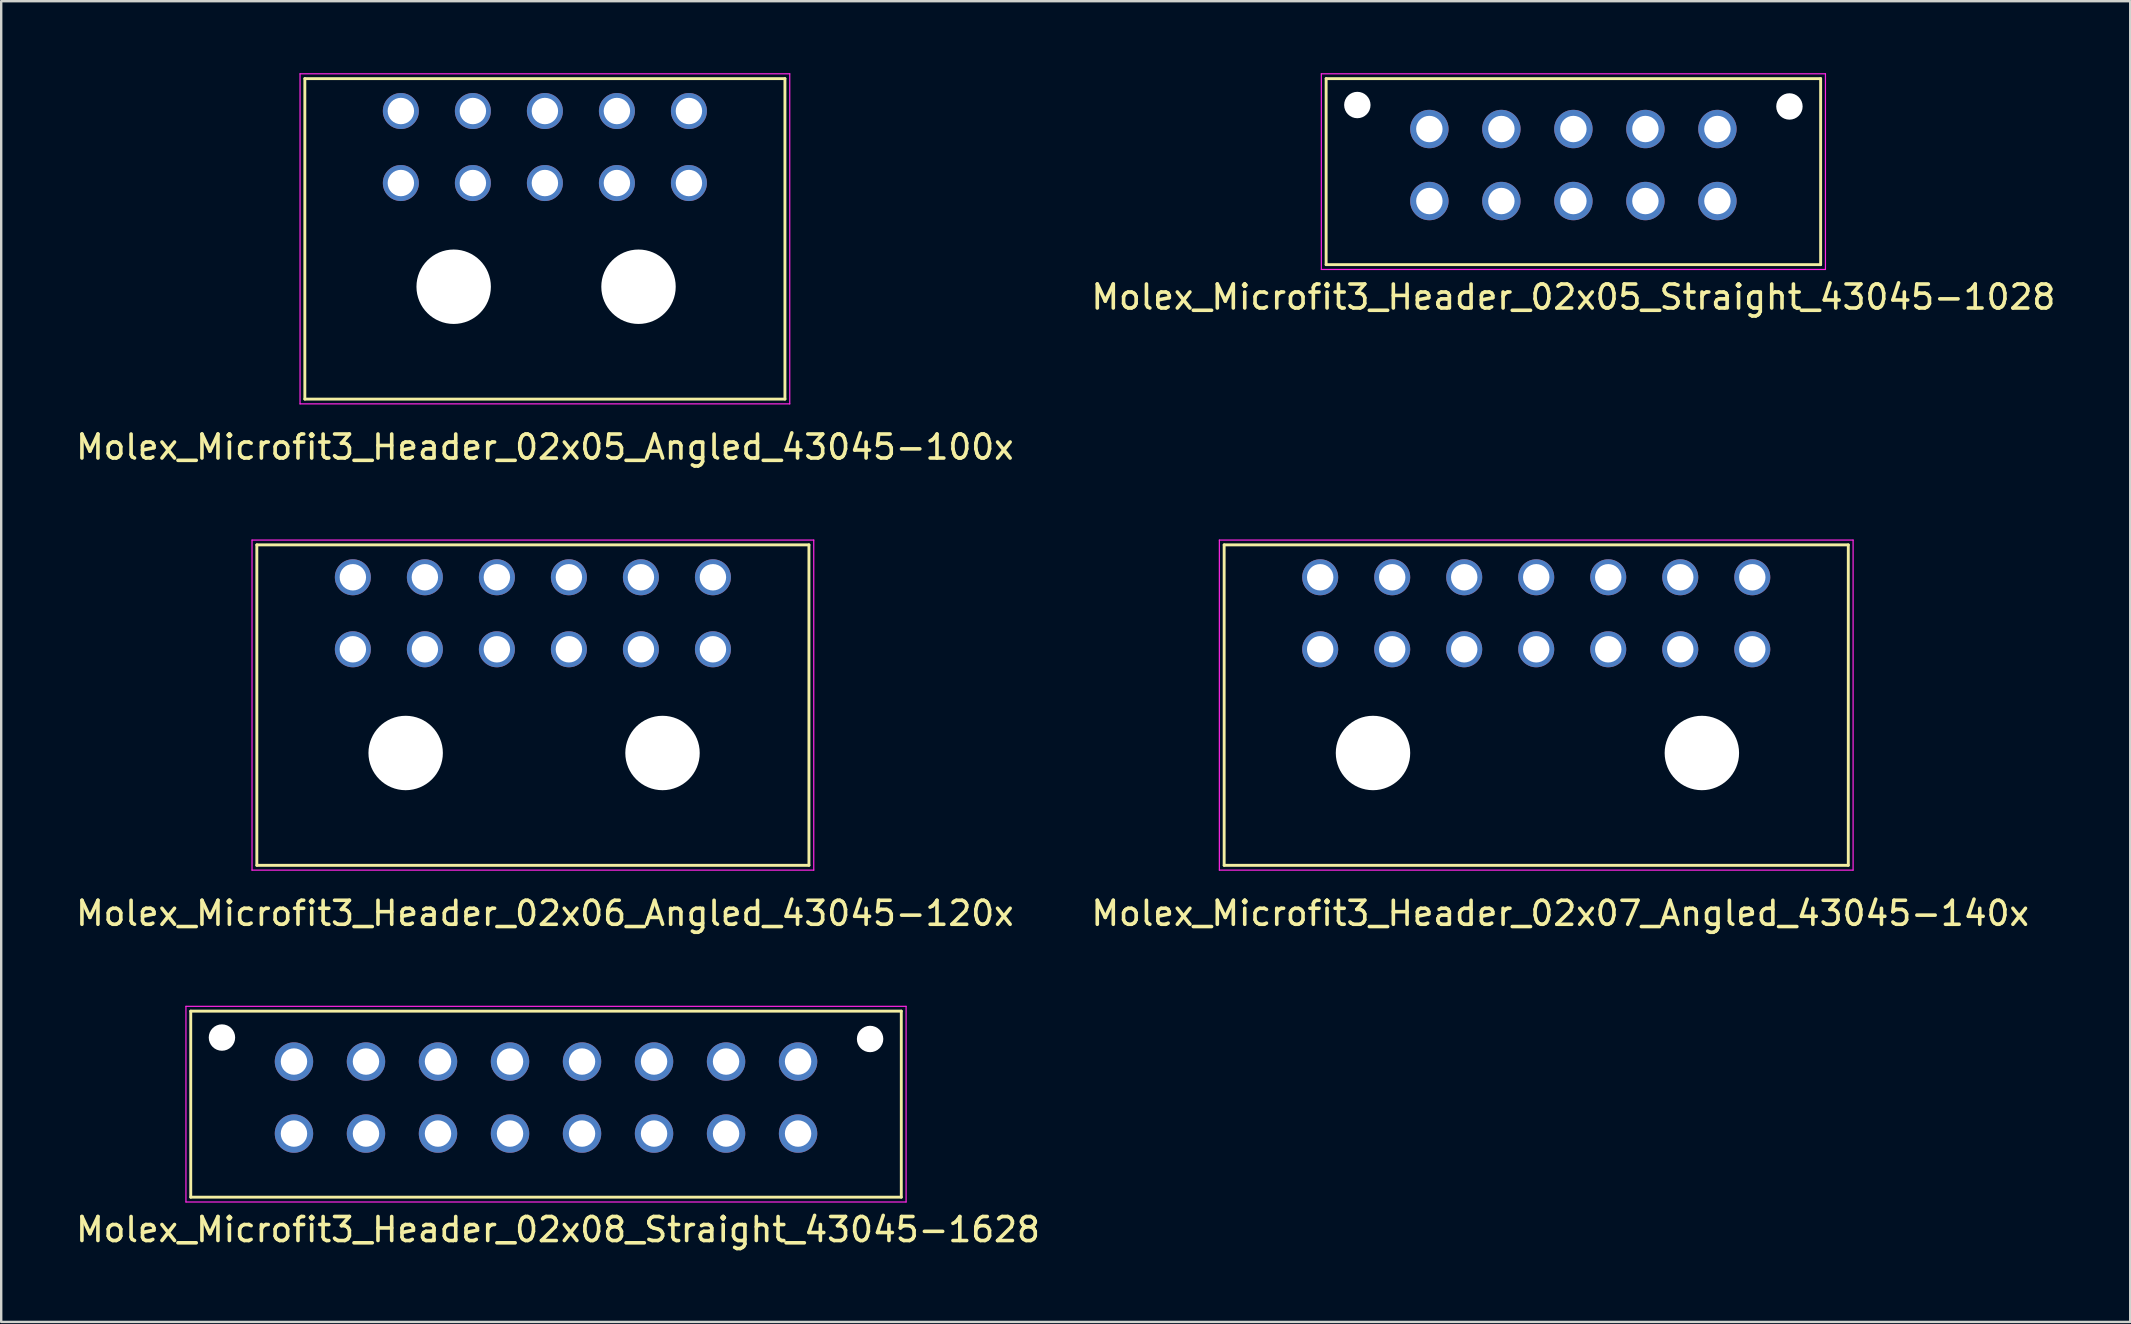
<source format=kicad_pcb>
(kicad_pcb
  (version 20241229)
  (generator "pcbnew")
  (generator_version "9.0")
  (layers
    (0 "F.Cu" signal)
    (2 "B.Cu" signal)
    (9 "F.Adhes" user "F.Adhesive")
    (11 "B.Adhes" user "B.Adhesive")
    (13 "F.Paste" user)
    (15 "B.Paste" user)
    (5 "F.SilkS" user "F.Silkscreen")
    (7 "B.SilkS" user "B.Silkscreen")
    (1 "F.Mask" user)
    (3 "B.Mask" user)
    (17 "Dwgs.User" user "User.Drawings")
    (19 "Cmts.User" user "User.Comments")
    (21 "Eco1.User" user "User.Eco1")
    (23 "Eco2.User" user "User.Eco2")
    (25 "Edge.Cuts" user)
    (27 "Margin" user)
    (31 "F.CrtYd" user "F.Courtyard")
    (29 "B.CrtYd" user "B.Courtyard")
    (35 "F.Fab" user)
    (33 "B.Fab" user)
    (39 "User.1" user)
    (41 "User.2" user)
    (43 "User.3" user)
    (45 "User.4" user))
  (footprint "Molex_Microfit3_Header_02x08_Straight_43045-1628"
    (layer "F.Cu")
    (at 30.196 44.172)
    (property "Reference" "Molex_Microfit3_Header_02x08_Straight_43045-1628" (at -10 4 0) (layer "F.SilkS") (effects (font (size 1 1) (thickness 0.15))))
    (attr through_hole)
    (fp_line (start -25.3 2.65) (end -25.3 -5.1) (stroke (width 0.12) (type solid)) (layer "F.SilkS"))
    (fp_line (start 4.3 -5.1) (end -25.3 -5.1) (stroke (width 0.12) (type solid)) (layer "F.SilkS"))
    (fp_line (start 4.3 2.65) (end -25.3 2.65) (stroke (width 0.12) (type solid)) (layer "F.SilkS"))
    (fp_line (start 4.3 2.65) (end 4.3 -5.1) (stroke (width 0.12) (type solid)) (layer "F.SilkS"))
    (fp_line (start -25.5 2.85) (end -25.5 -5.3) (stroke (width 0.05) (type solid)) (layer "F.CrtYd"))
    (fp_line (start 4.5 -5.3) (end -25.5 -5.3) (stroke (width 0.05) (type solid)) (layer "F.CrtYd"))
    (fp_line (start 4.5 2.85) (end -25.5 2.85) (stroke (width 0.05) (type solid)) (layer "F.CrtYd"))
    (fp_line (start 4.5 2.85) (end 4.5 -5.3) (stroke (width 0.05) (type solid)) (layer "F.CrtYd"))
    (pad "" np_thru_hole circle (at -24 -4) (size 1.1 1.1) (drill 1.1) (layers "*.Cu" "*.Mask"))
    (pad "" np_thru_hole circle (at 3 -3.94) (size 1.1 1.1) (drill 1.1) (layers "*.Cu" "*.Mask"))
    (pad "1" thru_hole circle (at 0 0) (size 1.6 1.6) (drill 1.1) (layers "*.Cu" "*.Mask"))
    (pad "2" thru_hole circle (at -3 0) (size 1.6 1.6) (drill 1.1) (layers "*.Cu" "*.Mask"))
    (pad "3" thru_hole circle (at -6 0) (size 1.6 1.6) (drill 1.1) (layers "*.Cu" "*.Mask"))
    (pad "4" thru_hole circle (at -9 0) (size 1.6 1.6) (drill 1.1) (layers "*.Cu" "*.Mask"))
    (pad "5" thru_hole circle (at -12 0) (size 1.6 1.6) (drill 1.1) (layers "*.Cu" "*.Mask"))
    (pad "6" thru_hole circle (at -15 0) (size 1.6 1.6) (drill 1.1) (layers "*.Cu" "*.Mask"))
    (pad "7" thru_hole circle (at -18 0) (size 1.6 1.6) (drill 1.1) (layers "*.Cu" "*.Mask"))
    (pad "8" thru_hole circle (at -21 0) (size 1.6 1.6) (drill 1.1) (layers "*.Cu" "*.Mask"))
    (pad "9" thru_hole circle (at 0 -3) (size 1.6 1.6) (drill 1.1) (layers "*.Cu" "*.Mask"))
    (pad "10" thru_hole circle (at -3 -3) (size 1.6 1.6) (drill 1.1) (layers "*.Cu" "*.Mask"))
    (pad "11" thru_hole circle (at -6 -3) (size 1.6 1.6) (drill 1.1) (layers "*.Cu" "*.Mask"))
    (pad "12" thru_hole circle (at -9 -3) (size 1.6 1.6) (drill 1.1) (layers "*.Cu" "*.Mask"))
    (pad "13" thru_hole circle (at -12 -3) (size 1.6 1.6) (drill 1.1) (layers "*.Cu" "*.Mask"))
    (pad "14" thru_hole circle (at -15 -3) (size 1.6 1.6) (drill 1.1) (layers "*.Cu" "*.Mask"))
    (pad "15" thru_hole circle (at -18 -3) (size 1.6 1.6) (drill 1.1) (layers "*.Cu" "*.Mask"))
    (pad "16" thru_hole circle (at -21 -3) (size 1.6 1.6) (drill 1.1) (layers "*.Cu" "*.Mask")))
  (footprint "Molex_Microfit3_Header_02x05_Angled_43045-100x"
    (layer "F.Cu")
    (at 25.649 4.575)
    (property "Reference" "Molex_Microfit3_Header_02x05_Angled_43045-100x" (at -6 11 0) (layer "F.SilkS") (effects (font (size 1 1) (thickness 0.15))))
    (attr through_hole)
    (fp_line (start -16 -4.35) (end 4 -4.35) (stroke (width 0.12) (type solid)) (layer "F.SilkS"))
    (fp_line (start -16 9) (end -16 -4.35) (stroke (width 0.12) (type solid)) (layer "F.SilkS"))
    (fp_line (start 4 -4.35) (end 4 9) (stroke (width 0.12) (type solid)) (layer "F.SilkS"))
    (fp_line (start 4 9) (end -16 9) (stroke (width 0.12) (type solid)) (layer "F.SilkS"))
    (fp_line (start -16.2 -4.55) (end -16.2 9.2) (stroke (width 0.05) (type solid)) (layer "F.CrtYd"))
    (fp_line (start -16.2 9.2) (end 4.2 9.2) (stroke (width 0.05) (type solid)) (layer "F.CrtYd"))
    (fp_line (start 4.2 -4.55) (end -16.2 -4.55) (stroke (width 0.05) (type solid)) (layer "F.CrtYd"))
    (fp_line (start 4.2 9.2) (end 4.2 -4.55) (stroke (width 0.05) (type solid)) (layer "F.CrtYd"))
    (pad "" np_thru_hole circle (at -9.8 4.32) (size 3.1 3.1) (drill 3.1) (layers "*.Cu" "*.Mask"))
    (pad "" np_thru_hole circle (at -2.1 4.32) (size 3.1 3.1) (drill 3.1) (layers "*.Cu" "*.Mask"))
    (pad "1" thru_hole circle (at 0 0) (size 1.5 1.5) (drill 1.1) (layers "*.Cu" "*.Mask"))
    (pad "2" thru_hole circle (at -3 0) (size 1.5 1.5) (drill 1.1) (layers "*.Cu" "*.Mask"))
    (pad "3" thru_hole circle (at -6 0) (size 1.5 1.5) (drill 1.1) (layers "*.Cu" "*.Mask"))
    (pad "4" thru_hole circle (at -9 0) (size 1.5 1.5) (drill 1.1) (layers "*.Cu" "*.Mask"))
    (pad "5" thru_hole circle (at -12 0) (size 1.5 1.5) (drill 1.1) (layers "*.Cu" "*.Mask"))
    (pad "6" thru_hole circle (at 0 -3) (size 1.5 1.5) (drill 1.1) (layers "*.Cu" "*.Mask"))
    (pad "7" thru_hole circle (at -3 -3) (size 1.5 1.5) (drill 1.1) (layers "*.Cu" "*.Mask"))
    (pad "8" thru_hole circle (at -6 -3) (size 1.5 1.5) (drill 1.1) (layers "*.Cu" "*.Mask"))
    (pad "9" thru_hole circle (at -9 -3) (size 1.5 1.5) (drill 1.1) (layers "*.Cu" "*.Mask"))
    (pad "10" thru_hole circle (at -12 -3) (size 1.5 1.5) (drill 1.1) (layers "*.Cu" "*.Mask")))
  (footprint "Molex_Microfit3_Header_02x05_Straight_43045-1028"
    (layer "F.Cu")
    (at 68.494 5.325)
    (property "Reference" "Molex_Microfit3_Header_02x05_Straight_43045-1028" (at -6 4 0) (layer "F.SilkS") (effects (font (size 1 1) (thickness 0.15))))
    (attr through_hole)
    (fp_line (start -16.3 2.65) (end -16.3 -5.1) (stroke (width 0.12) (type solid)) (layer "F.SilkS"))
    (fp_line (start 4.3 -5.1) (end -16.3 -5.1) (stroke (width 0.12) (type solid)) (layer "F.SilkS"))
    (fp_line (start 4.3 2.65) (end -16.3 2.65) (stroke (width 0.12) (type solid)) (layer "F.SilkS"))
    (fp_line (start 4.3 2.65) (end 4.3 -5.1) (stroke (width 0.12) (type solid)) (layer "F.SilkS"))
    (fp_line (start -16.5 2.85) (end -16.5 -5.3) (stroke (width 0.05) (type solid)) (layer "F.CrtYd"))
    (fp_line (start 4.5 -5.3) (end -16.5 -5.3) (stroke (width 0.05) (type solid)) (layer "F.CrtYd"))
    (fp_line (start 4.5 2.85) (end -16.5 2.85) (stroke (width 0.05) (type solid)) (layer "F.CrtYd"))
    (fp_line (start 4.5 2.85) (end 4.5 -5.3) (stroke (width 0.05) (type solid)) (layer "F.CrtYd"))
    (pad "" np_thru_hole circle (at -15 -4) (size 1.1 1.1) (drill 1.1) (layers "*.Cu" "*.Mask"))
    (pad "" np_thru_hole circle (at 3 -3.94) (size 1.1 1.1) (drill 1.1) (layers "*.Cu" "*.Mask"))
    (pad "1" thru_hole circle (at 0 0) (size 1.6 1.6) (drill 1.1) (layers "*.Cu" "*.Mask"))
    (pad "2" thru_hole circle (at -3 0) (size 1.6 1.6) (drill 1.1) (layers "*.Cu" "*.Mask"))
    (pad "3" thru_hole circle (at -6 0) (size 1.6 1.6) (drill 1.1) (layers "*.Cu" "*.Mask"))
    (pad "4" thru_hole circle (at -9 0) (size 1.6 1.6) (drill 1.1) (layers "*.Cu" "*.Mask"))
    (pad "5" thru_hole circle (at -12 0) (size 1.6 1.6) (drill 1.1) (layers "*.Cu" "*.Mask"))
    (pad "6" thru_hole circle (at 0 -3) (size 1.6 1.6) (drill 1.1) (layers "*.Cu" "*.Mask"))
    (pad "7" thru_hole circle (at -3 -3) (size 1.6 1.6) (drill 1.1) (layers "*.Cu" "*.Mask"))
    (pad "8" thru_hole circle (at -6 -3) (size 1.6 1.6) (drill 1.1) (layers "*.Cu" "*.Mask"))
    (pad "9" thru_hole circle (at -9 -3) (size 1.6 1.6) (drill 1.1) (layers "*.Cu" "*.Mask"))
    (pad "10" thru_hole circle (at -12 -3) (size 1.6 1.6) (drill 1.1) (layers "*.Cu" "*.Mask")))
  (footprint "Molex_Microfit3_Header_02x07_Angled_43045-140x"
    (layer "F.Cu")
    (at 69.946 23.998)
    (property "Reference" "Molex_Microfit3_Header_02x07_Angled_43045-140x" (at -8 11 0) (layer "F.SilkS") (effects (font (size 1 1) (thickness 0.15))))
    (attr through_hole)
    (fp_line (start -22 -4.35) (end 4 -4.35) (stroke (width 0.12) (type solid)) (layer "F.SilkS"))
    (fp_line (start -22 9) (end -22 -4.35) (stroke (width 0.12) (type solid)) (layer "F.SilkS"))
    (fp_line (start 4 -4.35) (end 4 9) (stroke (width 0.12) (type solid)) (layer "F.SilkS"))
    (fp_line (start 4 9) (end -22 9) (stroke (width 0.12) (type solid)) (layer "F.SilkS"))
    (fp_line (start -22.2 -4.55) (end -22.2 9.2) (stroke (width 0.05) (type solid)) (layer "F.CrtYd"))
    (fp_line (start -22.2 9.2) (end 4.2 9.2) (stroke (width 0.05) (type solid)) (layer "F.CrtYd"))
    (fp_line (start 4.2 -4.55) (end -22.2 -4.55) (stroke (width 0.05) (type solid)) (layer "F.CrtYd"))
    (fp_line (start 4.2 9.2) (end 4.2 -4.55) (stroke (width 0.05) (type solid)) (layer "F.CrtYd"))
    (pad "" np_thru_hole circle (at -15.8 4.32) (size 3.1 3.1) (drill 3.1) (layers "*.Cu" "*.Mask"))
    (pad "" np_thru_hole circle (at -2.1 4.32) (size 3.1 3.1) (drill 3.1) (layers "*.Cu" "*.Mask"))
    (pad "1" thru_hole circle (at 0 0) (size 1.5 1.5) (drill 1.1) (layers "*.Cu" "*.Mask"))
    (pad "2" thru_hole circle (at -3 0) (size 1.5 1.5) (drill 1.1) (layers "*.Cu" "*.Mask"))
    (pad "3" thru_hole circle (at -6 0) (size 1.5 1.5) (drill 1.1) (layers "*.Cu" "*.Mask"))
    (pad "4" thru_hole circle (at -9 0) (size 1.5 1.5) (drill 1.1) (layers "*.Cu" "*.Mask"))
    (pad "5" thru_hole circle (at -12 0) (size 1.5 1.5) (drill 1.1) (layers "*.Cu" "*.Mask"))
    (pad "6" thru_hole circle (at -15 0) (size 1.5 1.5) (drill 1.1) (layers "*.Cu" "*.Mask"))
    (pad "7" thru_hole circle (at -18 0) (size 1.5 1.5) (drill 1.1) (layers "*.Cu" "*.Mask"))
    (pad "8" thru_hole circle (at 0 -3) (size 1.5 1.5) (drill 1.1) (layers "*.Cu" "*.Mask"))
    (pad "9" thru_hole circle (at -3 -3) (size 1.5 1.5) (drill 1.1) (layers "*.Cu" "*.Mask"))
    (pad "10" thru_hole circle (at -6 -3) (size 1.5 1.5) (drill 1.1) (layers "*.Cu" "*.Mask"))
    (pad "11" thru_hole circle (at -9 -3) (size 1.5 1.5) (drill 1.1) (layers "*.Cu" "*.Mask"))
    (pad "12" thru_hole circle (at -12 -3) (size 1.5 1.5) (drill 1.1) (layers "*.Cu" "*.Mask"))
    (pad "13" thru_hole circle (at -15 -3) (size 1.5 1.5) (drill 1.1) (layers "*.Cu" "*.Mask"))
    (pad "14" thru_hole circle (at -18 -3) (size 1.5 1.5) (drill 1.1) (layers "*.Cu" "*.Mask")))
  (footprint "Molex_Microfit3_Header_02x06_Angled_43045-120x"
    (layer "F.Cu")
    (at 26.649 23.998)
    (property "Reference" "Molex_Microfit3_Header_02x06_Angled_43045-120x" (at -7 11 0) (layer "F.SilkS") (effects (font (size 1 1) (thickness 0.15))))
    (attr through_hole)
    (fp_line (start -19 -4.35) (end 4 -4.35) (stroke (width 0.12) (type solid)) (layer "F.SilkS"))
    (fp_line (start -19 9) (end -19 -4.35) (stroke (width 0.12) (type solid)) (layer "F.SilkS"))
    (fp_line (start 4 -4.35) (end 4 9) (stroke (width 0.12) (type solid)) (layer "F.SilkS"))
    (fp_line (start 4 9) (end -19 9) (stroke (width 0.12) (type solid)) (layer "F.SilkS"))
    (fp_line (start -19.2 -4.55) (end -19.2 9.2) (stroke (width 0.05) (type solid)) (layer "F.CrtYd"))
    (fp_line (start -19.2 9.2) (end 4.2 9.2) (stroke (width 0.05) (type solid)) (layer "F.CrtYd"))
    (fp_line (start 4.2 -4.55) (end -19.2 -4.55) (stroke (width 0.05) (type solid)) (layer "F.CrtYd"))
    (fp_line (start 4.2 9.2) (end 4.2 -4.55) (stroke (width 0.05) (type solid)) (layer "F.CrtYd"))
    (pad "" np_thru_hole circle (at -12.8 4.32) (size 3.1 3.1) (drill 3.1) (layers "*.Cu" "*.Mask"))
    (pad "" np_thru_hole circle (at -2.1 4.32) (size 3.1 3.1) (drill 3.1) (layers "*.Cu" "*.Mask"))
    (pad "1" thru_hole circle (at 0 0) (size 1.5 1.5) (drill 1.1) (layers "*.Cu" "*.Mask"))
    (pad "2" thru_hole circle (at -3 0) (size 1.5 1.5) (drill 1.1) (layers "*.Cu" "*.Mask"))
    (pad "3" thru_hole circle (at -6 0) (size 1.5 1.5) (drill 1.1) (layers "*.Cu" "*.Mask"))
    (pad "4" thru_hole circle (at -9 0) (size 1.5 1.5) (drill 1.1) (layers "*.Cu" "*.Mask"))
    (pad "5" thru_hole circle (at -12 0) (size 1.5 1.5) (drill 1.1) (layers "*.Cu" "*.Mask"))
    (pad "6" thru_hole circle (at -15 0) (size 1.5 1.5) (drill 1.1) (layers "*.Cu" "*.Mask"))
    (pad "7" thru_hole circle (at 0 -3) (size 1.5 1.5) (drill 1.1) (layers "*.Cu" "*.Mask"))
    (pad "8" thru_hole circle (at -3 -3) (size 1.5 1.5) (drill 1.1) (layers "*.Cu" "*.Mask"))
    (pad "9" thru_hole circle (at -6 -3) (size 1.5 1.5) (drill 1.1) (layers "*.Cu" "*.Mask"))
    (pad "10" thru_hole circle (at -9 -3) (size 1.5 1.5) (drill 1.1) (layers "*.Cu" "*.Mask"))
    (pad "11" thru_hole circle (at -12 -3) (size 1.5 1.5) (drill 1.1) (layers "*.Cu" "*.Mask"))
    (pad "12" thru_hole circle (at -15 -3) (size 1.5 1.5) (drill 1.1) (layers "*.Cu" "*.Mask")))
  (gr_rect
    (start -3 -3)
    (end 85.69 52.02)
    (stroke (width 0.1) (type default))
    (fill no)
    (layer "Edge.Cuts")))
</source>
